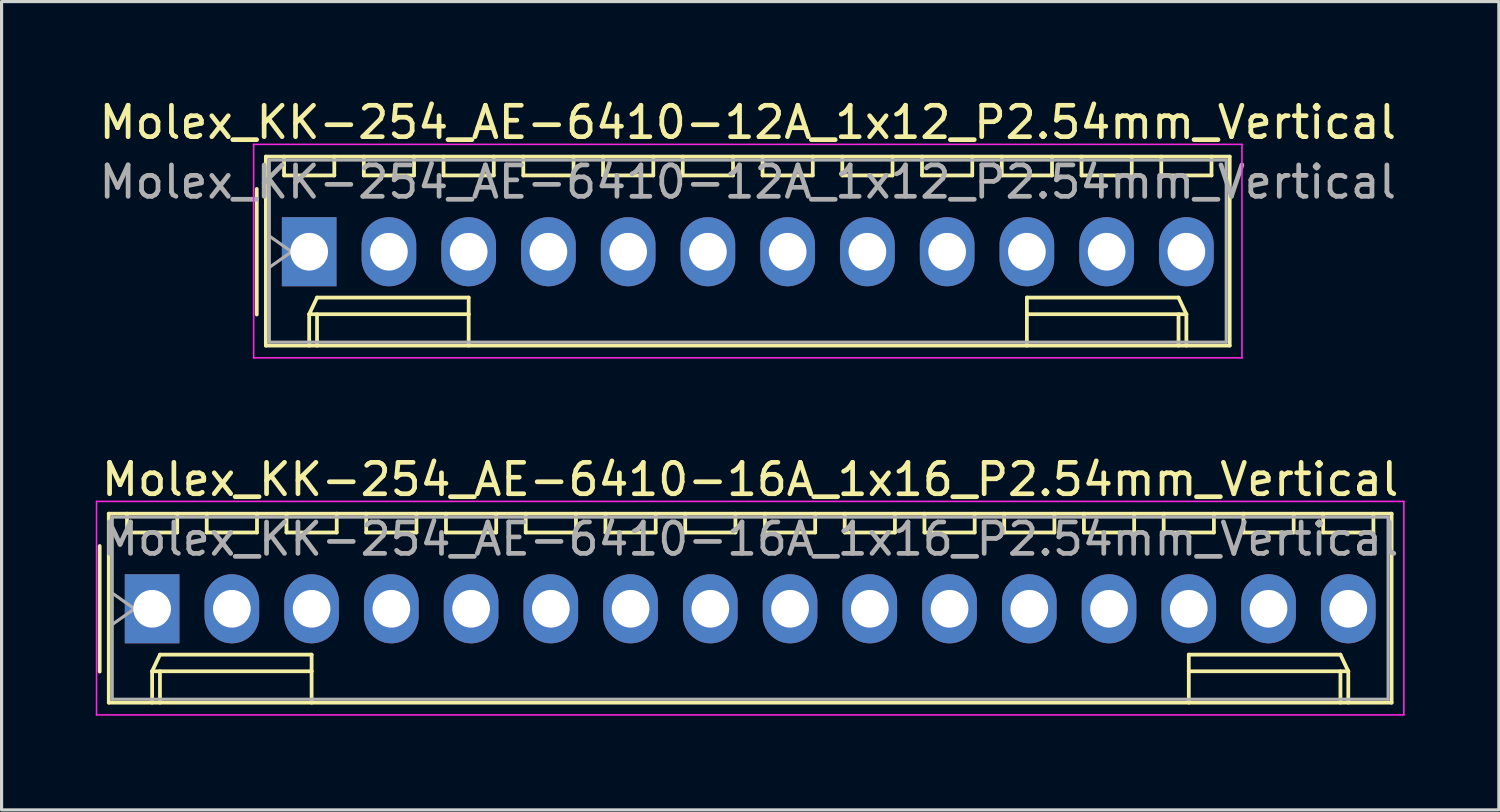
<source format=kicad_pcb>
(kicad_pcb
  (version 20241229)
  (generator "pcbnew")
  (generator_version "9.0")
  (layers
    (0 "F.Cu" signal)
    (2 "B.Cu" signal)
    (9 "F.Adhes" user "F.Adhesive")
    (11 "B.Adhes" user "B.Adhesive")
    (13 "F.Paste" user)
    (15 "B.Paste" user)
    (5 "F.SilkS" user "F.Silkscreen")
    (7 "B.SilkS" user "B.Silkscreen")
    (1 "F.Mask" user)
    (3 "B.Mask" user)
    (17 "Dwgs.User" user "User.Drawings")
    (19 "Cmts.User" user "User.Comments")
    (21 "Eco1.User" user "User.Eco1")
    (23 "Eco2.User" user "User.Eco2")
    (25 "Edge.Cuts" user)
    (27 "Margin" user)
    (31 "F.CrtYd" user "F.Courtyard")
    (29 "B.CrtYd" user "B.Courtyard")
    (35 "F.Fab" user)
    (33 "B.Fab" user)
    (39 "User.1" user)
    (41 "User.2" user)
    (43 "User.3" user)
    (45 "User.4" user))
  (footprint "Molex_KK-254_AE-6410-16A_1x16_P2.54mm_Vertical"
    (layer "F.Cu")
    (at 1.795 16.341)
    (property "Reference" "Molex_KK-254_AE-6410-16A_1x16_P2.54mm_Vertical" (at 19.05 -4.12 0) (layer "F.SilkS") (effects (font (size 1 1) (thickness 0.15))))
    (attr through_hole)
    (fp_line (start -1.67 -2) (end -1.67 2) (stroke (width 0.12) (type solid)) (layer "F.SilkS"))
    (fp_line (start -1.38 -3.03) (end -1.38 2.99) (stroke (width 0.12) (type solid)) (layer "F.SilkS"))
    (fp_line (start -1.38 2.99) (end 39.48 2.99) (stroke (width 0.12) (type solid)) (layer "F.SilkS"))
    (fp_line (start -0.8 -3.03) (end -0.8 -2.43) (stroke (width 0.12) (type solid)) (layer "F.SilkS"))
    (fp_line (start -0.8 -2.43) (end 0.8 -2.43) (stroke (width 0.12) (type solid)) (layer "F.SilkS"))
    (fp_line (start 0 1.99) (end 0.25 1.46) (stroke (width 0.12) (type solid)) (layer "F.SilkS"))
    (fp_line (start 0 1.99) (end 5.08 1.99) (stroke (width 0.12) (type solid)) (layer "F.SilkS"))
    (fp_line (start 0 2.99) (end 0 1.99) (stroke (width 0.12) (type solid)) (layer "F.SilkS"))
    (fp_line (start 0.25 1.46) (end 5.08 1.46) (stroke (width 0.12) (type solid)) (layer "F.SilkS"))
    (fp_line (start 0.25 2.99) (end 0.25 1.99) (stroke (width 0.12) (type solid)) (layer "F.SilkS"))
    (fp_line (start 0.8 -2.43) (end 0.8 -3.03) (stroke (width 0.12) (type solid)) (layer "F.SilkS"))
    (fp_line (start 1.74 -3.03) (end 1.74 -2.43) (stroke (width 0.12) (type solid)) (layer "F.SilkS"))
    (fp_line (start 1.74 -2.43) (end 3.34 -2.43) (stroke (width 0.12) (type solid)) (layer "F.SilkS"))
    (fp_line (start 3.34 -2.43) (end 3.34 -3.03) (stroke (width 0.12) (type solid)) (layer "F.SilkS"))
    (fp_line (start 4.28 -3.03) (end 4.28 -2.43) (stroke (width 0.12) (type solid)) (layer "F.SilkS"))
    (fp_line (start 4.28 -2.43) (end 5.88 -2.43) (stroke (width 0.12) (type solid)) (layer "F.SilkS"))
    (fp_line (start 5.08 1.46) (end 5.08 1.99) (stroke (width 0.12) (type solid)) (layer "F.SilkS"))
    (fp_line (start 5.08 1.99) (end 5.08 2.99) (stroke (width 0.12) (type solid)) (layer "F.SilkS"))
    (fp_line (start 5.88 -2.43) (end 5.88 -3.03) (stroke (width 0.12) (type solid)) (layer "F.SilkS"))
    (fp_line (start 6.82 -3.03) (end 6.82 -2.43) (stroke (width 0.12) (type solid)) (layer "F.SilkS"))
    (fp_line (start 6.82 -2.43) (end 8.42 -2.43) (stroke (width 0.12) (type solid)) (layer "F.SilkS"))
    (fp_line (start 8.42 -2.43) (end 8.42 -3.03) (stroke (width 0.12) (type solid)) (layer "F.SilkS"))
    (fp_line (start 9.36 -3.03) (end 9.36 -2.43) (stroke (width 0.12) (type solid)) (layer "F.SilkS"))
    (fp_line (start 9.36 -2.43) (end 10.96 -2.43) (stroke (width 0.12) (type solid)) (layer "F.SilkS"))
    (fp_line (start 10.96 -2.43) (end 10.96 -3.03) (stroke (width 0.12) (type solid)) (layer "F.SilkS"))
    (fp_line (start 11.9 -3.03) (end 11.9 -2.43) (stroke (width 0.12) (type solid)) (layer "F.SilkS"))
    (fp_line (start 11.9 -2.43) (end 13.5 -2.43) (stroke (width 0.12) (type solid)) (layer "F.SilkS"))
    (fp_line (start 13.5 -2.43) (end 13.5 -3.03) (stroke (width 0.12) (type solid)) (layer "F.SilkS"))
    (fp_line (start 14.44 -3.03) (end 14.44 -2.43) (stroke (width 0.12) (type solid)) (layer "F.SilkS"))
    (fp_line (start 14.44 -2.43) (end 16.04 -2.43) (stroke (width 0.12) (type solid)) (layer "F.SilkS"))
    (fp_line (start 16.04 -2.43) (end 16.04 -3.03) (stroke (width 0.12) (type solid)) (layer "F.SilkS"))
    (fp_line (start 16.98 -3.03) (end 16.98 -2.43) (stroke (width 0.12) (type solid)) (layer "F.SilkS"))
    (fp_line (start 16.98 -2.43) (end 18.58 -2.43) (stroke (width 0.12) (type solid)) (layer "F.SilkS"))
    (fp_line (start 18.58 -2.43) (end 18.58 -3.03) (stroke (width 0.12) (type solid)) (layer "F.SilkS"))
    (fp_line (start 19.52 -3.03) (end 19.52 -2.43) (stroke (width 0.12) (type solid)) (layer "F.SilkS"))
    (fp_line (start 19.52 -2.43) (end 21.12 -2.43) (stroke (width 0.12) (type solid)) (layer "F.SilkS"))
    (fp_line (start 21.12 -2.43) (end 21.12 -3.03) (stroke (width 0.12) (type solid)) (layer "F.SilkS"))
    (fp_line (start 22.06 -3.03) (end 22.06 -2.43) (stroke (width 0.12) (type solid)) (layer "F.SilkS"))
    (fp_line (start 22.06 -2.43) (end 23.66 -2.43) (stroke (width 0.12) (type solid)) (layer "F.SilkS"))
    (fp_line (start 23.66 -2.43) (end 23.66 -3.03) (stroke (width 0.12) (type solid)) (layer "F.SilkS"))
    (fp_line (start 24.6 -3.03) (end 24.6 -2.43) (stroke (width 0.12) (type solid)) (layer "F.SilkS"))
    (fp_line (start 24.6 -2.43) (end 26.2 -2.43) (stroke (width 0.12) (type solid)) (layer "F.SilkS"))
    (fp_line (start 26.2 -2.43) (end 26.2 -3.03) (stroke (width 0.12) (type solid)) (layer "F.SilkS"))
    (fp_line (start 27.14 -3.03) (end 27.14 -2.43) (stroke (width 0.12) (type solid)) (layer "F.SilkS"))
    (fp_line (start 27.14 -2.43) (end 28.74 -2.43) (stroke (width 0.12) (type solid)) (layer "F.SilkS"))
    (fp_line (start 28.74 -2.43) (end 28.74 -3.03) (stroke (width 0.12) (type solid)) (layer "F.SilkS"))
    (fp_line (start 29.68 -3.03) (end 29.68 -2.43) (stroke (width 0.12) (type solid)) (layer "F.SilkS"))
    (fp_line (start 29.68 -2.43) (end 31.28 -2.43) (stroke (width 0.12) (type solid)) (layer "F.SilkS"))
    (fp_line (start 31.28 -2.43) (end 31.28 -3.03) (stroke (width 0.12) (type solid)) (layer "F.SilkS"))
    (fp_line (start 32.22 -3.03) (end 32.22 -2.43) (stroke (width 0.12) (type solid)) (layer "F.SilkS"))
    (fp_line (start 32.22 -2.43) (end 33.82 -2.43) (stroke (width 0.12) (type solid)) (layer "F.SilkS"))
    (fp_line (start 33.02 1.46) (end 33.02 1.99) (stroke (width 0.12) (type solid)) (layer "F.SilkS"))
    (fp_line (start 33.02 1.99) (end 33.02 2.99) (stroke (width 0.12) (type solid)) (layer "F.SilkS"))
    (fp_line (start 33.82 -2.43) (end 33.82 -3.03) (stroke (width 0.12) (type solid)) (layer "F.SilkS"))
    (fp_line (start 34.76 -3.03) (end 34.76 -2.43) (stroke (width 0.12) (type solid)) (layer "F.SilkS"))
    (fp_line (start 34.76 -2.43) (end 36.36 -2.43) (stroke (width 0.12) (type solid)) (layer "F.SilkS"))
    (fp_line (start 36.36 -2.43) (end 36.36 -3.03) (stroke (width 0.12) (type solid)) (layer "F.SilkS"))
    (fp_line (start 37.3 -3.03) (end 37.3 -2.43) (stroke (width 0.12) (type solid)) (layer "F.SilkS"))
    (fp_line (start 37.3 -2.43) (end 38.9 -2.43) (stroke (width 0.12) (type solid)) (layer "F.SilkS"))
    (fp_line (start 37.85 1.46) (end 33.02 1.46) (stroke (width 0.12) (type solid)) (layer "F.SilkS"))
    (fp_line (start 37.85 2.99) (end 37.85 1.99) (stroke (width 0.12) (type solid)) (layer "F.SilkS"))
    (fp_line (start 38.1 1.99) (end 33.02 1.99) (stroke (width 0.12) (type solid)) (layer "F.SilkS"))
    (fp_line (start 38.1 1.99) (end 37.85 1.46) (stroke (width 0.12) (type solid)) (layer "F.SilkS"))
    (fp_line (start 38.1 2.99) (end 38.1 1.99) (stroke (width 0.12) (type solid)) (layer "F.SilkS"))
    (fp_line (start 38.9 -2.43) (end 38.9 -3.03) (stroke (width 0.12) (type solid)) (layer "F.SilkS"))
    (fp_line (start 39.48 -3.03) (end -1.38 -3.03) (stroke (width 0.12) (type solid)) (layer "F.SilkS"))
    (fp_line (start 39.48 2.99) (end 39.48 -3.03) (stroke (width 0.12) (type solid)) (layer "F.SilkS"))
    (fp_line (start -1.77 -3.42) (end -1.77 3.38) (stroke (width 0.05) (type solid)) (layer "F.CrtYd"))
    (fp_line (start -1.77 3.38) (end 39.87 3.38) (stroke (width 0.05) (type solid)) (layer "F.CrtYd"))
    (fp_line (start 39.87 -3.42) (end -1.77 -3.42) (stroke (width 0.05) (type solid)) (layer "F.CrtYd"))
    (fp_line (start 39.87 3.38) (end 39.87 -3.42) (stroke (width 0.05) (type solid)) (layer "F.CrtYd"))
    (fp_line (start -1.27 -2.92) (end -1.27 2.88) (stroke (width 0.1) (type solid)) (layer "F.Fab"))
    (fp_line (start -1.27 -0.5) (end -0.563 0) (stroke (width 0.1) (type solid)) (layer "F.Fab"))
    (fp_line (start -1.27 2.88) (end 39.37 2.88) (stroke (width 0.1) (type solid)) (layer "F.Fab"))
    (fp_line (start -0.563 0) (end -1.27 0.5) (stroke (width 0.1) (type solid)) (layer "F.Fab"))
    (fp_line (start 39.37 -2.92) (end -1.27 -2.92) (stroke (width 0.1) (type solid)) (layer "F.Fab"))
    (fp_line (start 39.37 2.88) (end 39.37 -2.92) (stroke (width 0.1) (type solid)) (layer "F.Fab"))
    (fp_text user "${REFERENCE}" (at 19.05 -2.22 0) (layer "F.Fab") (effects (font (size 1 1) (thickness 0.15))))
    (pad "1" thru_hole rect (at 0 0) (size 1.74 2.2) (drill 1.2) (layers "*.Cu" "*.Mask"))
    (pad "2" thru_hole oval (at 2.54 0) (size 1.74 2.2) (drill 1.2) (layers "*.Cu" "*.Mask"))
    (pad "3" thru_hole oval (at 5.08 0) (size 1.74 2.2) (drill 1.2) (layers "*.Cu" "*.Mask"))
    (pad "4" thru_hole oval (at 7.62 0) (size 1.74 2.2) (drill 1.2) (layers "*.Cu" "*.Mask"))
    (pad "5" thru_hole oval (at 10.16 0) (size 1.74 2.2) (drill 1.2) (layers "*.Cu" "*.Mask"))
    (pad "6" thru_hole oval (at 12.7 0) (size 1.74 2.2) (drill 1.2) (layers "*.Cu" "*.Mask"))
    (pad "7" thru_hole oval (at 15.24 0) (size 1.74 2.2) (drill 1.2) (layers "*.Cu" "*.Mask"))
    (pad "8" thru_hole oval (at 17.78 0) (size 1.74 2.2) (drill 1.2) (layers "*.Cu" "*.Mask"))
    (pad "9" thru_hole oval (at 20.32 0) (size 1.74 2.2) (drill 1.2) (layers "*.Cu" "*.Mask"))
    (pad "10" thru_hole oval (at 22.86 0) (size 1.74 2.2) (drill 1.2) (layers "*.Cu" "*.Mask"))
    (pad "11" thru_hole oval (at 25.4 0) (size 1.74 2.2) (drill 1.2) (layers "*.Cu" "*.Mask"))
    (pad "12" thru_hole oval (at 27.94 0) (size 1.74 2.2) (drill 1.2) (layers "*.Cu" "*.Mask"))
    (pad "13" thru_hole oval (at 30.48 0) (size 1.74 2.2) (drill 1.2) (layers "*.Cu" "*.Mask"))
    (pad "14" thru_hole oval (at 33.02 0) (size 1.74 2.2) (drill 1.2) (layers "*.Cu" "*.Mask"))
    (pad "15" thru_hole oval (at 35.56 0) (size 1.74 2.2) (drill 1.2) (layers "*.Cu" "*.Mask"))
    (pad "16" thru_hole oval (at 38.1 0) (size 1.74 2.2) (drill 1.2) (layers "*.Cu" "*.Mask")))
  (footprint "Molex_KK-254_AE-6410-12A_1x12_P2.54mm_Vertical"
    (layer "F.Cu")
    (at 6.798 4.968)
    (property "Reference" "Molex_KK-254_AE-6410-12A_1x12_P2.54mm_Vertical" (at 13.97 -4.12 0) (layer "F.SilkS") (effects (font (size 1 1) (thickness 0.15))))
    (attr through_hole)
    (fp_line (start -1.67 -2) (end -1.67 2) (stroke (width 0.12) (type solid)) (layer "F.SilkS"))
    (fp_line (start -1.38 -3.03) (end -1.38 2.99) (stroke (width 0.12) (type solid)) (layer "F.SilkS"))
    (fp_line (start -1.38 2.99) (end 29.32 2.99) (stroke (width 0.12) (type solid)) (layer "F.SilkS"))
    (fp_line (start -0.8 -3.03) (end -0.8 -2.43) (stroke (width 0.12) (type solid)) (layer "F.SilkS"))
    (fp_line (start -0.8 -2.43) (end 0.8 -2.43) (stroke (width 0.12) (type solid)) (layer "F.SilkS"))
    (fp_line (start 0 1.99) (end 0.25 1.46) (stroke (width 0.12) (type solid)) (layer "F.SilkS"))
    (fp_line (start 0 1.99) (end 5.08 1.99) (stroke (width 0.12) (type solid)) (layer "F.SilkS"))
    (fp_line (start 0 2.99) (end 0 1.99) (stroke (width 0.12) (type solid)) (layer "F.SilkS"))
    (fp_line (start 0.25 1.46) (end 5.08 1.46) (stroke (width 0.12) (type solid)) (layer "F.SilkS"))
    (fp_line (start 0.25 2.99) (end 0.25 1.99) (stroke (width 0.12) (type solid)) (layer "F.SilkS"))
    (fp_line (start 0.8 -2.43) (end 0.8 -3.03) (stroke (width 0.12) (type solid)) (layer "F.SilkS"))
    (fp_line (start 1.74 -3.03) (end 1.74 -2.43) (stroke (width 0.12) (type solid)) (layer "F.SilkS"))
    (fp_line (start 1.74 -2.43) (end 3.34 -2.43) (stroke (width 0.12) (type solid)) (layer "F.SilkS"))
    (fp_line (start 3.34 -2.43) (end 3.34 -3.03) (stroke (width 0.12) (type solid)) (layer "F.SilkS"))
    (fp_line (start 4.28 -3.03) (end 4.28 -2.43) (stroke (width 0.12) (type solid)) (layer "F.SilkS"))
    (fp_line (start 4.28 -2.43) (end 5.88 -2.43) (stroke (width 0.12) (type solid)) (layer "F.SilkS"))
    (fp_line (start 5.08 1.46) (end 5.08 1.99) (stroke (width 0.12) (type solid)) (layer "F.SilkS"))
    (fp_line (start 5.08 1.99) (end 5.08 2.99) (stroke (width 0.12) (type solid)) (layer "F.SilkS"))
    (fp_line (start 5.88 -2.43) (end 5.88 -3.03) (stroke (width 0.12) (type solid)) (layer "F.SilkS"))
    (fp_line (start 6.82 -3.03) (end 6.82 -2.43) (stroke (width 0.12) (type solid)) (layer "F.SilkS"))
    (fp_line (start 6.82 -2.43) (end 8.42 -2.43) (stroke (width 0.12) (type solid)) (layer "F.SilkS"))
    (fp_line (start 8.42 -2.43) (end 8.42 -3.03) (stroke (width 0.12) (type solid)) (layer "F.SilkS"))
    (fp_line (start 9.36 -3.03) (end 9.36 -2.43) (stroke (width 0.12) (type solid)) (layer "F.SilkS"))
    (fp_line (start 9.36 -2.43) (end 10.96 -2.43) (stroke (width 0.12) (type solid)) (layer "F.SilkS"))
    (fp_line (start 10.96 -2.43) (end 10.96 -3.03) (stroke (width 0.12) (type solid)) (layer "F.SilkS"))
    (fp_line (start 11.9 -3.03) (end 11.9 -2.43) (stroke (width 0.12) (type solid)) (layer "F.SilkS"))
    (fp_line (start 11.9 -2.43) (end 13.5 -2.43) (stroke (width 0.12) (type solid)) (layer "F.SilkS"))
    (fp_line (start 13.5 -2.43) (end 13.5 -3.03) (stroke (width 0.12) (type solid)) (layer "F.SilkS"))
    (fp_line (start 14.44 -3.03) (end 14.44 -2.43) (stroke (width 0.12) (type solid)) (layer "F.SilkS"))
    (fp_line (start 14.44 -2.43) (end 16.04 -2.43) (stroke (width 0.12) (type solid)) (layer "F.SilkS"))
    (fp_line (start 16.04 -2.43) (end 16.04 -3.03) (stroke (width 0.12) (type solid)) (layer "F.SilkS"))
    (fp_line (start 16.98 -3.03) (end 16.98 -2.43) (stroke (width 0.12) (type solid)) (layer "F.SilkS"))
    (fp_line (start 16.98 -2.43) (end 18.58 -2.43) (stroke (width 0.12) (type solid)) (layer "F.SilkS"))
    (fp_line (start 18.58 -2.43) (end 18.58 -3.03) (stroke (width 0.12) (type solid)) (layer "F.SilkS"))
    (fp_line (start 19.52 -3.03) (end 19.52 -2.43) (stroke (width 0.12) (type solid)) (layer "F.SilkS"))
    (fp_line (start 19.52 -2.43) (end 21.12 -2.43) (stroke (width 0.12) (type solid)) (layer "F.SilkS"))
    (fp_line (start 21.12 -2.43) (end 21.12 -3.03) (stroke (width 0.12) (type solid)) (layer "F.SilkS"))
    (fp_line (start 22.06 -3.03) (end 22.06 -2.43) (stroke (width 0.12) (type solid)) (layer "F.SilkS"))
    (fp_line (start 22.06 -2.43) (end 23.66 -2.43) (stroke (width 0.12) (type solid)) (layer "F.SilkS"))
    (fp_line (start 22.86 1.46) (end 22.86 1.99) (stroke (width 0.12) (type solid)) (layer "F.SilkS"))
    (fp_line (start 22.86 1.99) (end 22.86 2.99) (stroke (width 0.12) (type solid)) (layer "F.SilkS"))
    (fp_line (start 23.66 -2.43) (end 23.66 -3.03) (stroke (width 0.12) (type solid)) (layer "F.SilkS"))
    (fp_line (start 24.6 -3.03) (end 24.6 -2.43) (stroke (width 0.12) (type solid)) (layer "F.SilkS"))
    (fp_line (start 24.6 -2.43) (end 26.2 -2.43) (stroke (width 0.12) (type solid)) (layer "F.SilkS"))
    (fp_line (start 26.2 -2.43) (end 26.2 -3.03) (stroke (width 0.12) (type solid)) (layer "F.SilkS"))
    (fp_line (start 27.14 -3.03) (end 27.14 -2.43) (stroke (width 0.12) (type solid)) (layer "F.SilkS"))
    (fp_line (start 27.14 -2.43) (end 28.74 -2.43) (stroke (width 0.12) (type solid)) (layer "F.SilkS"))
    (fp_line (start 27.69 1.46) (end 22.86 1.46) (stroke (width 0.12) (type solid)) (layer "F.SilkS"))
    (fp_line (start 27.69 2.99) (end 27.69 1.99) (stroke (width 0.12) (type solid)) (layer "F.SilkS"))
    (fp_line (start 27.94 1.99) (end 22.86 1.99) (stroke (width 0.12) (type solid)) (layer "F.SilkS"))
    (fp_line (start 27.94 1.99) (end 27.69 1.46) (stroke (width 0.12) (type solid)) (layer "F.SilkS"))
    (fp_line (start 27.94 2.99) (end 27.94 1.99) (stroke (width 0.12) (type solid)) (layer "F.SilkS"))
    (fp_line (start 28.74 -2.43) (end 28.74 -3.03) (stroke (width 0.12) (type solid)) (layer "F.SilkS"))
    (fp_line (start 29.32 -3.03) (end -1.38 -3.03) (stroke (width 0.12) (type solid)) (layer "F.SilkS"))
    (fp_line (start 29.32 2.99) (end 29.32 -3.03) (stroke (width 0.12) (type solid)) (layer "F.SilkS"))
    (fp_line (start -1.77 -3.42) (end -1.77 3.38) (stroke (width 0.05) (type solid)) (layer "F.CrtYd"))
    (fp_line (start -1.77 3.38) (end 29.71 3.38) (stroke (width 0.05) (type solid)) (layer "F.CrtYd"))
    (fp_line (start 29.71 -3.42) (end -1.77 -3.42) (stroke (width 0.05) (type solid)) (layer "F.CrtYd"))
    (fp_line (start 29.71 3.38) (end 29.71 -3.42) (stroke (width 0.05) (type solid)) (layer "F.CrtYd"))
    (fp_line (start -1.27 -2.92) (end -1.27 2.88) (stroke (width 0.1) (type solid)) (layer "F.Fab"))
    (fp_line (start -1.27 -0.5) (end -0.563 0) (stroke (width 0.1) (type solid)) (layer "F.Fab"))
    (fp_line (start -1.27 2.88) (end 29.21 2.88) (stroke (width 0.1) (type solid)) (layer "F.Fab"))
    (fp_line (start -0.563 0) (end -1.27 0.5) (stroke (width 0.1) (type solid)) (layer "F.Fab"))
    (fp_line (start 29.21 -2.92) (end -1.27 -2.92) (stroke (width 0.1) (type solid)) (layer "F.Fab"))
    (fp_line (start 29.21 2.88) (end 29.21 -2.92) (stroke (width 0.1) (type solid)) (layer "F.Fab"))
    (fp_text user "${REFERENCE}" (at 13.97 -2.22 0) (layer "F.Fab") (effects (font (size 1 1) (thickness 0.15))))
    (pad "1" thru_hole rect (at 0 0) (size 1.74 2.2) (drill 1.2) (layers "*.Cu" "*.Mask"))
    (pad "2" thru_hole oval (at 2.54 0) (size 1.74 2.2) (drill 1.2) (layers "*.Cu" "*.Mask"))
    (pad "3" thru_hole oval (at 5.08 0) (size 1.74 2.2) (drill 1.2) (layers "*.Cu" "*.Mask"))
    (pad "4" thru_hole oval (at 7.62 0) (size 1.74 2.2) (drill 1.2) (layers "*.Cu" "*.Mask"))
    (pad "5" thru_hole oval (at 10.16 0) (size 1.74 2.2) (drill 1.2) (layers "*.Cu" "*.Mask"))
    (pad "6" thru_hole oval (at 12.7 0) (size 1.74 2.2) (drill 1.2) (layers "*.Cu" "*.Mask"))
    (pad "7" thru_hole oval (at 15.24 0) (size 1.74 2.2) (drill 1.2) (layers "*.Cu" "*.Mask"))
    (pad "8" thru_hole oval (at 17.78 0) (size 1.74 2.2) (drill 1.2) (layers "*.Cu" "*.Mask"))
    (pad "9" thru_hole oval (at 20.32 0) (size 1.74 2.2) (drill 1.2) (layers "*.Cu" "*.Mask"))
    (pad "10" thru_hole oval (at 22.86 0) (size 1.74 2.2) (drill 1.2) (layers "*.Cu" "*.Mask"))
    (pad "11" thru_hole oval (at 25.4 0) (size 1.74 2.2) (drill 1.2) (layers "*.Cu" "*.Mask"))
    (pad "12" thru_hole oval (at 27.94 0) (size 1.74 2.2) (drill 1.2) (layers "*.Cu" "*.Mask")))
  (gr_rect
    (start -3 -3)
    (end 44.69 22.747)
    (stroke (width 0.1) (type default))
    (fill no)
    (layer "Edge.Cuts")))
</source>
